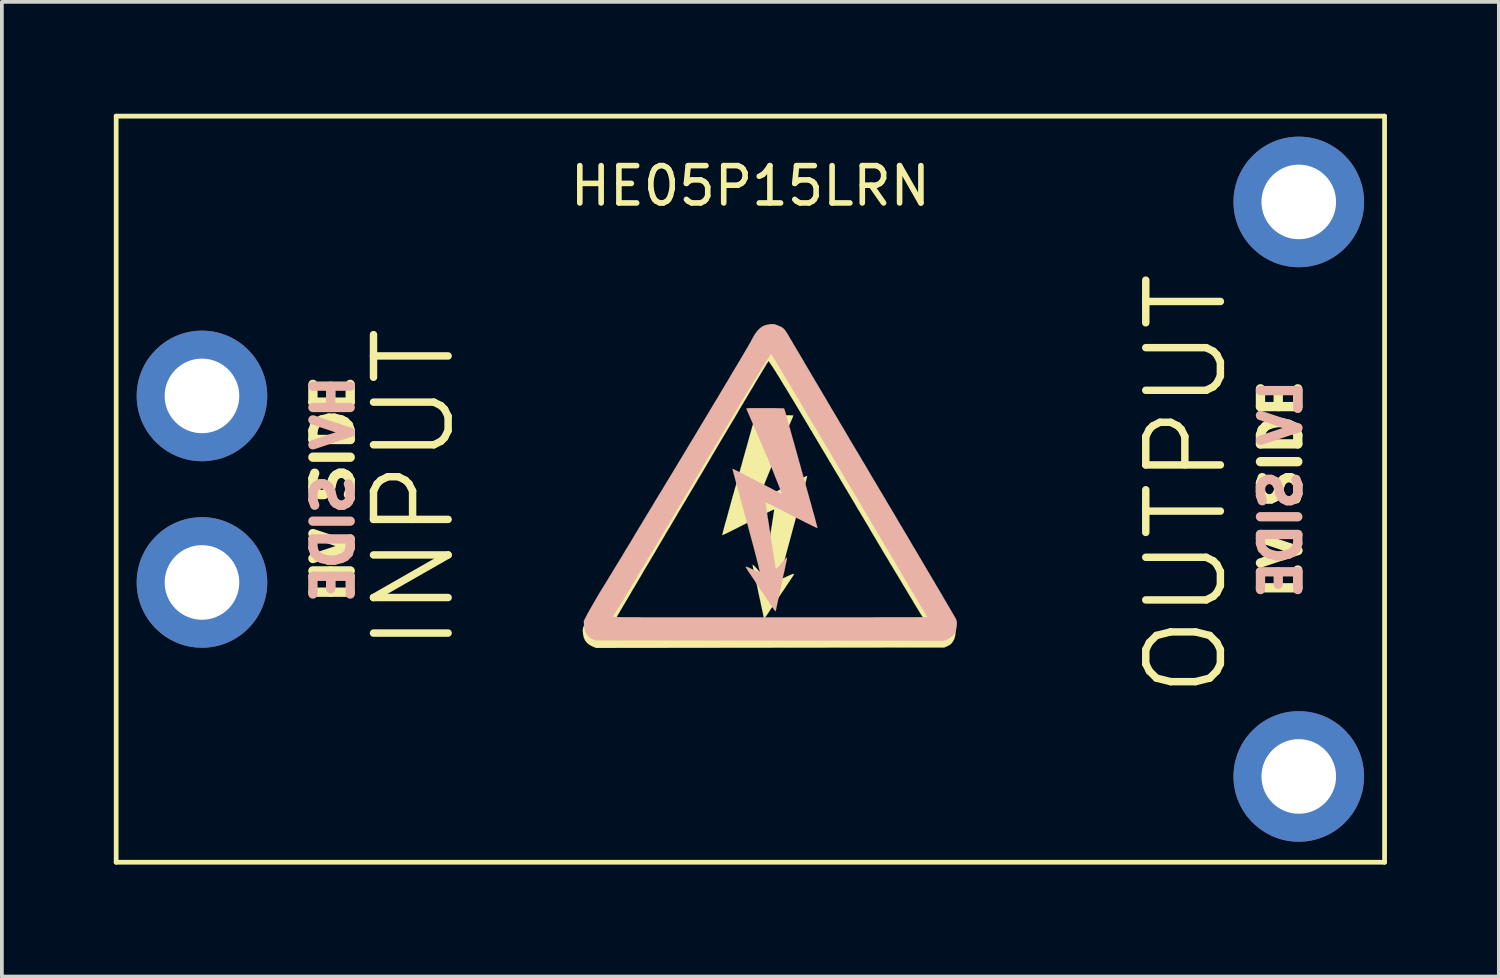
<source format=kicad_pcb>
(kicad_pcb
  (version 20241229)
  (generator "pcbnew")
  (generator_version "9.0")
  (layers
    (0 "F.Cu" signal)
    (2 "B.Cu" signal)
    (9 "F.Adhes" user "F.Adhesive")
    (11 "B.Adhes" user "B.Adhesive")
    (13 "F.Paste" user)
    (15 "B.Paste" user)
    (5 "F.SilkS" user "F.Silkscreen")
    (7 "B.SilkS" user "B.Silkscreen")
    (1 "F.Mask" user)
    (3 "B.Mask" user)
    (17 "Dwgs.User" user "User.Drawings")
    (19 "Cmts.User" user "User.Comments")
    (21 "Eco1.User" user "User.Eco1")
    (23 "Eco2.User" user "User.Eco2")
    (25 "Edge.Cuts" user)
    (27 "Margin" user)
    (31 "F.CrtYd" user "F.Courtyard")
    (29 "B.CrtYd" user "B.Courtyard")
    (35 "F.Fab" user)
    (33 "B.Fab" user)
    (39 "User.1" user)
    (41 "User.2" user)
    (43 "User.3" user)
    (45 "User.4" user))
  (footprint "HE05P15LRN"
    (layer "F.Cu")
    (at 17.064 10.063)
    (property "Reference" "HE05P15LRN" (at 0 -8.128 0) (layer "F.SilkS") (effects (font (size 1 1) (thickness 0.15))))
    (attr through_hole)
    (fp_line (start -17 -10) (end -17 10) (stroke (width 0.127) (type solid)) (layer "F.SilkS"))
    (fp_line (start -17 10) (end 17 10) (stroke (width 0.127) (type solid)) (layer "F.SilkS"))
    (fp_line (start 17 -10) (end -17 -10) (stroke (width 0.127) (type solid)) (layer "F.SilkS"))
    (fp_line (start 17 10) (end 17 -10) (stroke (width 0.127) (type solid)) (layer "F.SilkS"))
    (fp_poly (pts (xy 1.524 -0.358) (xy 1.521 -0.348) (xy 1.516 -0.323) (xy 1.506 -0.284) (xy 1.494 -0.239) (xy 1.494 -0.229) (xy 1.476 -0.17) (xy 1.458 -0.102) (xy 1.438 -0.028) (xy 1.42 0.036) (xy 1.417 0.043) (xy 1.405 0.089) (xy 1.392 0.132) (xy 1.382 0.175) (xy 1.369 0.221) (xy 1.354 0.272) (xy 1.339 0.33) (xy 1.321 0.401) (xy 1.298 0.485) (xy 1.27 0.587) (xy 1.267 0.589) (xy 1.24 0.696) (xy 1.217 0.782) (xy 1.196 0.859) (xy 1.179 0.922) (xy 1.163 0.98) (xy 1.148 1.031) (xy 1.135 1.082) (xy 1.12 1.133) (xy 1.118 1.146) (xy 1.102 1.204) (xy 1.087 1.262) (xy 1.072 1.316) (xy 1.062 1.356) (xy 1.059 1.367) (xy 1.019 1.514) (xy 0.98 1.656) (xy 0.945 1.788) (xy 0.912 1.913) (xy 0.884 2.024) (xy 0.859 2.126) (xy 0.836 2.212) (xy 0.818 2.289) (xy 0.805 2.347) (xy 0.795 2.388) (xy 0.792 2.413) (xy 0.792 2.421) (xy 0.805 2.418) (xy 0.831 2.408) (xy 0.871 2.39) (xy 0.917 2.37) (xy 0.963 2.349) (xy 1.029 2.319) (xy 1.079 2.296) (xy 1.115 2.281) (xy 1.14 2.273) (xy 1.158 2.271) (xy 1.166 2.273) (xy 1.168 2.273) (xy 1.168 2.276) (xy 1.166 2.283) (xy 1.161 2.294) (xy 1.151 2.309) (xy 1.138 2.332) (xy 1.118 2.365) (xy 1.09 2.405) (xy 1.054 2.459) (xy 1.011 2.522) (xy 0.958 2.601) (xy 0.897 2.695) (xy 0.884 2.715) (xy 0.828 2.794) (xy 0.77 2.883) (xy 0.709 2.972) (xy 0.653 3.058) (xy 0.599 3.137) (xy 0.551 3.205) (xy 0.538 3.226) (xy 0.493 3.297) (xy 0.455 3.353) (xy 0.427 3.393) (xy 0.404 3.424) (xy 0.389 3.447) (xy 0.378 3.457) (xy 0.371 3.462) (xy 0.368 3.462) (xy 0.366 3.457) (xy 0.366 3.454) (xy 0.361 3.439) (xy 0.353 3.409) (xy 0.345 3.368) (xy 0.335 3.32) (xy 0.328 3.284) (xy 0.315 3.231) (xy 0.302 3.165) (xy 0.284 3.086) (xy 0.267 3) (xy 0.246 2.908) (xy 0.226 2.814) (xy 0.218 2.779) (xy 0.198 2.682) (xy 0.178 2.586) (xy 0.157 2.492) (xy 0.137 2.403) (xy 0.119 2.324) (xy 0.107 2.258) (xy 0.094 2.205) (xy 0.091 2.195) (xy 0.081 2.139) (xy 0.071 2.093) (xy 0.064 2.055) (xy 0.061 2.032) (xy 0.061 2.027) (xy 0.069 2.027) (xy 0.079 2.035) (xy 0.099 2.052) (xy 0.127 2.083) (xy 0.165 2.123) (xy 0.211 2.177) (xy 0.262 2.235) (xy 0.3 2.276) (xy 0.328 2.306) (xy 0.345 2.324) (xy 0.358 2.332) (xy 0.363 2.332) (xy 0.366 2.322) (xy 0.371 2.294) (xy 0.376 2.253) (xy 0.386 2.2) (xy 0.394 2.141) (xy 0.396 2.123) (xy 0.409 2.047) (xy 0.422 1.963) (xy 0.434 1.882) (xy 0.447 1.808) (xy 0.455 1.758) (xy 0.465 1.692) (xy 0.478 1.613) (xy 0.49 1.529) (xy 0.503 1.45) (xy 0.508 1.407) (xy 0.518 1.328) (xy 0.533 1.24) (xy 0.546 1.148) (xy 0.561 1.062) (xy 0.566 1.026) (xy 0.579 0.953) (xy 0.589 0.876) (xy 0.602 0.8) (xy 0.612 0.734) (xy 0.617 0.696) (xy 0.625 0.645) (xy 0.632 0.602) (xy 0.638 0.569) (xy 0.64 0.554) (xy 0.64 0.551) (xy 0.64 0.546) (xy 0.632 0.544) (xy 0.62 0.549) (xy 0.594 0.559) (xy 0.561 0.574) (xy 0.513 0.597) (xy 0.455 0.627) (xy 0.378 0.665) (xy 0.335 0.688) (xy 0.15 0.782) (xy -0.018 0.869) (xy -0.168 0.945) (xy -0.302 1.013) (xy -0.417 1.072) (xy -0.516 1.12) (xy -0.597 1.161) (xy -0.66 1.191) (xy -0.709 1.214) (xy -0.739 1.227) (xy -0.752 1.232) (xy -0.752 1.229) (xy -0.752 1.217) (xy -0.744 1.186) (xy -0.732 1.138) (xy -0.716 1.079) (xy -0.699 1.011) (xy -0.678 0.935) (xy -0.655 0.853) (xy -0.63 0.767) (xy -0.612 0.701) (xy -0.594 0.635) (xy -0.577 0.569) (xy -0.559 0.511) (xy -0.546 0.46) (xy -0.538 0.429) (xy -0.526 0.386) (xy -0.511 0.33) (xy -0.493 0.269) (xy -0.478 0.213) (xy -0.46 0.15) (xy -0.439 0.079) (xy -0.422 0.01) (xy -0.409 -0.033) (xy -0.394 -0.084) (xy -0.376 -0.147) (xy -0.356 -0.218) (xy -0.335 -0.292) (xy -0.323 -0.34) (xy -0.305 -0.404) (xy -0.287 -0.47) (xy -0.269 -0.528) (xy -0.257 -0.579) (xy -0.246 -0.61) (xy -0.239 -0.638) (xy -0.226 -0.683) (xy -0.211 -0.742) (xy -0.191 -0.813) (xy -0.168 -0.892) (xy -0.145 -0.978) (xy -0.119 -1.069) (xy -0.107 -1.11) (xy -0.079 -1.209) (xy -0.051 -1.311) (xy -0.023 -1.412) (xy 0.005 -1.509) (xy 0.03 -1.598) (xy 0.051 -1.676) (xy 0.069 -1.737) (xy 0.071 -1.748) (xy 0.089 -1.811) (xy 0.104 -1.867) (xy 0.119 -1.915) (xy 0.132 -1.951) (xy 0.14 -1.971) (xy 0.142 -1.974) (xy 0.155 -1.976) (xy 0.183 -1.976) (xy 0.229 -1.979) (xy 0.287 -1.979) (xy 0.356 -1.981) (xy 0.432 -1.981) (xy 0.511 -1.981) (xy 0.597 -1.981) (xy 0.683 -1.981) (xy 0.772 -1.981) (xy 0.853 -1.981) (xy 0.932 -1.981) (xy 1.001 -1.981) (xy 1.059 -1.981) (xy 1.105 -1.979) (xy 1.135 -1.979) (xy 1.151 -1.976) (xy 1.148 -1.966) (xy 1.14 -1.941) (xy 1.125 -1.905) (xy 1.11 -1.869) (xy 1.011 -1.641) (xy 0.912 -1.417) (xy 0.82 -1.204) (xy 0.732 -0.996) (xy 0.648 -0.8) (xy 0.569 -0.617) (xy 0.5 -0.445) (xy 0.434 -0.287) (xy 0.378 -0.145) (xy 0.328 -0.018) (xy 0.315 0.013) (xy 0.29 0.076) (xy 0.267 0.137) (xy 0.246 0.188) (xy 0.231 0.231) (xy 0.218 0.259) (xy 0.218 0.264) (xy 0.208 0.292) (xy 0.201 0.31) (xy 0.201 0.315) (xy 0.211 0.312) (xy 0.236 0.3) (xy 0.279 0.279) (xy 0.335 0.251) (xy 0.404 0.216) (xy 0.485 0.173) (xy 0.577 0.124) (xy 0.678 0.071) (xy 0.79 0.015) (xy 0.909 -0.046) (xy 0.932 -0.058) (xy 1.026 -0.107) (xy 1.118 -0.155) (xy 1.204 -0.198) (xy 1.283 -0.239) (xy 1.351 -0.274) (xy 1.412 -0.305) (xy 1.463 -0.33) (xy 1.499 -0.348) (xy 1.519 -0.356) (xy 1.524 -0.358)) (stroke (width 0.003) (type solid)) (fill yes) (layer "F.SilkS"))
    (fp_poly (pts (xy 5.507 3.721) (xy 5.504 3.82) (xy 5.491 3.919) (xy 5.469 4.008) (xy 5.428 4.084) (xy 5.405 4.115) (xy 5.382 4.143) (xy 5.354 4.166) (xy 5.321 4.186) (xy 5.283 4.206) (xy 5.199 4.244) (xy 4.729 4.244) (xy 4.729 3.609) (xy 4.722 3.594) (xy 4.707 3.569) (xy 4.684 3.531) (xy 4.656 3.485) (xy 4.638 3.459) (xy 4.62 3.432) (xy 4.608 3.409) (xy 4.592 3.386) (xy 4.58 3.365) (xy 4.564 3.343) (xy 4.549 3.32) (xy 4.534 3.292) (xy 4.514 3.259) (xy 4.488 3.218) (xy 4.46 3.172) (xy 4.427 3.117) (xy 4.387 3.051) (xy 4.341 2.972) (xy 4.285 2.88) (xy 4.221 2.774) (xy 4.155 2.662) (xy 4.097 2.568) (xy 4.044 2.477) (xy 3.993 2.393) (xy 3.947 2.316) (xy 3.907 2.248) (xy 3.871 2.192) (xy 3.846 2.149) (xy 3.828 2.118) (xy 3.818 2.103) (xy 3.807 2.083) (xy 3.787 2.05) (xy 3.759 2.007) (xy 3.729 1.953) (xy 3.696 1.897) (xy 3.678 1.867) (xy 3.635 1.796) (xy 3.586 1.717) (xy 3.538 1.636) (xy 3.495 1.56) (xy 3.454 1.494) (xy 3.454 1.491) (xy 3.416 1.43) (xy 3.378 1.364) (xy 3.343 1.303) (xy 3.31 1.25) (xy 3.287 1.212) (xy 3.261 1.168) (xy 3.228 1.115) (xy 3.193 1.052) (xy 3.155 0.986) (xy 3.117 0.922) (xy 3.114 0.919) (xy 3.073 0.851) (xy 3.028 0.772) (xy 2.977 0.688) (xy 2.929 0.607) (xy 2.885 0.536) (xy 2.845 0.467) (xy 2.799 0.386) (xy 2.748 0.302) (xy 2.697 0.216) (xy 2.649 0.135) (xy 2.626 0.099) (xy 2.583 0.023) (xy 2.532 -0.058) (xy 2.482 -0.145) (xy 2.433 -0.226) (xy 2.39 -0.3) (xy 2.372 -0.33) (xy 2.337 -0.389) (xy 2.304 -0.442) (xy 2.276 -0.49) (xy 2.253 -0.528) (xy 2.238 -0.554) (xy 2.235 -0.559) (xy 2.223 -0.579) (xy 2.202 -0.615) (xy 2.177 -0.658) (xy 2.146 -0.709) (xy 2.123 -0.744) (xy 2.093 -0.798) (xy 2.065 -0.846) (xy 2.04 -0.886) (xy 2.022 -0.917) (xy 2.014 -0.93) (xy 2.004 -0.95) (xy 1.984 -0.983) (xy 1.956 -1.026) (xy 1.925 -1.079) (xy 1.892 -1.135) (xy 1.877 -1.161) (xy 1.834 -1.232) (xy 1.786 -1.313) (xy 1.735 -1.4) (xy 1.684 -1.483) (xy 1.641 -1.56) (xy 1.638 -1.562) (xy 1.6 -1.623) (xy 1.567 -1.681) (xy 1.534 -1.735) (xy 1.509 -1.781) (xy 1.488 -1.811) (xy 1.483 -1.821) (xy 1.466 -1.852) (xy 1.438 -1.897) (xy 1.402 -1.956) (xy 1.361 -2.027) (xy 1.313 -2.106) (xy 1.26 -2.195) (xy 1.204 -2.289) (xy 1.146 -2.385) (xy 1.085 -2.484) (xy 1.026 -2.583) (xy 0.968 -2.68) (xy 0.909 -2.774) (xy 0.856 -2.86) (xy 0.808 -2.941) (xy 0.765 -3.012) (xy 0.726 -3.073) (xy 0.721 -3.078) (xy 0.683 -3.145) (xy 0.643 -3.205) (xy 0.605 -3.266) (xy 0.569 -3.32) (xy 0.536 -3.365) (xy 0.513 -3.401) (xy 0.498 -3.426) (xy 0.488 -3.434) (xy 0.483 -3.426) (xy 0.465 -3.401) (xy 0.439 -3.363) (xy 0.406 -3.307) (xy 0.366 -3.241) (xy 0.318 -3.162) (xy 0.264 -3.071) (xy 0.203 -2.972) (xy 0.137 -2.863) (xy 0.069 -2.743) (xy -0.008 -2.619) (xy -0.084 -2.489) (xy -0.165 -2.355) (xy -0.206 -2.283) (xy -0.221 -2.261) (xy -0.244 -2.223) (xy -0.272 -2.174) (xy -0.307 -2.116) (xy -0.343 -2.052) (xy -0.381 -1.986) (xy -0.551 -1.702) (xy -0.714 -1.43) (xy -0.869 -1.168) (xy -1.019 -0.914) (xy -1.163 -0.668) (xy -1.308 -0.422) (xy -1.349 -0.353) (xy -1.387 -0.292) (xy -1.422 -0.231) (xy -1.455 -0.175) (xy -1.483 -0.13) (xy -1.504 -0.094) (xy -1.509 -0.084) (xy -1.527 -0.056) (xy -1.552 -0.013) (xy -1.582 0.038) (xy -1.618 0.097) (xy -1.656 0.163) (xy -1.684 0.208) (xy -1.722 0.274) (xy -1.76 0.338) (xy -1.796 0.396) (xy -1.826 0.447) (xy -1.849 0.485) (xy -1.859 0.505) (xy -1.882 0.541) (xy -1.91 0.587) (xy -1.941 0.64) (xy -1.971 0.693) (xy -1.976 0.701) (xy -2.024 0.782) (xy -2.073 0.866) (xy -2.121 0.947) (xy -2.167 1.026) (xy -2.21 1.095) (xy -2.243 1.151) (xy -2.256 1.171) (xy -2.281 1.214) (xy -2.306 1.26) (xy -2.329 1.298) (xy -2.332 1.3) (xy -2.344 1.326) (xy -2.37 1.367) (xy -2.403 1.422) (xy -2.446 1.496) (xy -2.497 1.582) (xy -2.555 1.684) (xy -2.624 1.798) (xy -2.697 1.923) (xy -2.781 2.062) (xy -2.87 2.212) (xy -2.873 2.217) (xy -2.918 2.296) (xy -2.967 2.38) (xy -3.018 2.466) (xy -3.066 2.548) (xy -3.109 2.621) (xy -3.137 2.664) (xy -3.175 2.728) (xy -3.213 2.797) (xy -3.251 2.86) (xy -3.284 2.918) (xy -3.312 2.964) (xy -3.317 2.969) (xy -3.345 3.018) (xy -3.373 3.066) (xy -3.396 3.106) (xy -3.414 3.134) (xy -3.454 3.205) (xy -3.495 3.274) (xy -3.536 3.343) (xy -3.574 3.409) (xy -3.609 3.467) (xy -3.64 3.518) (xy -3.663 3.559) (xy -3.68 3.586) (xy -3.688 3.599) (xy -3.691 3.599) (xy -3.698 3.614) (xy -3.698 3.617) (xy -3.688 3.617) (xy -3.66 3.619) (xy -3.612 3.619) (xy -3.546 3.619) (xy -3.462 3.619) (xy -3.36 3.622) (xy -3.246 3.622) (xy -3.114 3.622) (xy -2.967 3.622) (xy -2.807 3.622) (xy -2.631 3.622) (xy -2.443 3.622) (xy -2.245 3.625) (xy -2.035 3.625) (xy -1.811 3.625) (xy -1.58 3.625) (xy -1.339 3.625) (xy -1.087 3.625) (xy -0.828 3.625) (xy -0.564 3.625) (xy -0.29 3.625) (xy -0.01 3.625) (xy 0.277 3.625) (xy 0.518 3.625) (xy 0.866 3.625) (xy 1.194 3.625) (xy 1.501 3.625) (xy 1.791 3.625) (xy 2.065 3.625) (xy 2.319 3.625) (xy 2.558 3.625) (xy 2.781 3.625) (xy 2.99 3.625) (xy 3.18 3.625) (xy 3.358 3.625) (xy 3.52 3.625) (xy 3.673 3.625) (xy 3.81 3.625) (xy 3.934 3.625) (xy 4.049 3.622) (xy 4.15 3.622) (xy 4.242 3.622) (xy 4.323 3.622) (xy 4.397 3.622) (xy 4.46 3.622) (xy 4.516 3.619) (xy 4.562 3.619) (xy 4.602 3.619) (xy 4.636 3.617) (xy 4.663 3.617) (xy 4.686 3.617) (xy 4.702 3.614) (xy 4.714 3.614) (xy 4.722 3.612) (xy 4.727 3.612) (xy 4.729 3.609) (xy 4.729 4.244) (xy 0.531 4.249) (xy -4.135 4.255) (xy -4.224 4.219) (xy -4.308 4.176) (xy -4.376 4.122) (xy -4.427 4.059) (xy -4.463 3.983) (xy -4.483 3.894) (xy -4.491 3.8) (xy -4.491 3.772) (xy -4.488 3.749) (xy -4.486 3.729) (xy -4.481 3.706) (xy -4.47 3.68) (xy -4.455 3.65) (xy -4.432 3.609) (xy -4.404 3.559) (xy -4.366 3.495) (xy -4.346 3.459) (xy -4.313 3.404) (xy -4.28 3.348) (xy -4.252 3.299) (xy -4.229 3.261) (xy -4.214 3.236) (xy -4.196 3.203) (xy -4.168 3.157) (xy -4.135 3.101) (xy -4.1 3.038) (xy -4.059 2.969) (xy -4.018 2.901) (xy -3.98 2.835) (xy -3.973 2.824) (xy -3.95 2.786) (xy -3.922 2.738) (xy -3.889 2.682) (xy -3.853 2.621) (xy -3.818 2.563) (xy -3.777 2.494) (xy -3.731 2.416) (xy -3.683 2.334) (xy -3.637 2.256) (xy -3.609 2.207) (xy -3.571 2.144) (xy -3.531 2.075) (xy -3.49 2.007) (xy -3.454 1.946) (xy -3.429 1.902) (xy -3.399 1.852) (xy -3.363 1.791) (xy -3.322 1.725) (xy -3.282 1.656) (xy -3.246 1.593) (xy -3.208 1.529) (xy -3.17 1.463) (xy -3.132 1.4) (xy -3.099 1.346) (xy -3.073 1.303) (xy -3.073 1.3) (xy -3.058 1.278) (xy -3.043 1.25) (xy -3.023 1.217) (xy -3.002 1.181) (xy -2.974 1.138) (xy -2.944 1.085) (xy -2.908 1.024) (xy -2.868 0.955) (xy -2.819 0.871) (xy -2.764 0.777) (xy -2.7 0.671) (xy -2.626 0.549) (xy -2.545 0.409) (xy -2.54 0.404) (xy -2.497 0.328) (xy -2.451 0.254) (xy -2.408 0.18) (xy -2.37 0.117) (xy -2.337 0.061) (xy -2.311 0.018) (xy -2.301 0) (xy -2.281 -0.033) (xy -2.253 -0.079) (xy -2.217 -0.14) (xy -2.177 -0.208) (xy -2.134 -0.282) (xy -2.088 -0.361) (xy -2.047 -0.429) (xy -1.963 -0.569) (xy -1.885 -0.704) (xy -1.808 -0.831) (xy -1.737 -0.95) (xy -1.671 -1.059) (xy -1.613 -1.158) (xy -1.562 -1.245) (xy -1.521 -1.313) (xy -1.499 -1.351) (xy -1.481 -1.384) (xy -1.453 -1.433) (xy -1.417 -1.491) (xy -1.374 -1.562) (xy -1.328 -1.641) (xy -1.28 -1.725) (xy -1.229 -1.811) (xy -1.191 -1.872) (xy -1.138 -1.961) (xy -1.085 -2.052) (xy -1.031 -2.141) (xy -0.983 -2.225) (xy -0.937 -2.304) (xy -0.897 -2.37) (xy -0.866 -2.423) (xy -0.851 -2.449) (xy -0.813 -2.512) (xy -0.772 -2.583) (xy -0.732 -2.652) (xy -0.693 -2.713) (xy -0.673 -2.748) (xy -0.643 -2.802) (xy -0.605 -2.865) (xy -0.564 -2.934) (xy -0.523 -3.005) (xy -0.493 -3.053) (xy -0.419 -3.178) (xy -0.356 -3.289) (xy -0.297 -3.388) (xy -0.246 -3.475) (xy -0.203 -3.546) (xy -0.17 -3.602) (xy -0.147 -3.642) (xy -0.132 -3.665) (xy -0.117 -3.691) (xy -0.094 -3.729) (xy -0.069 -3.774) (xy -0.038 -3.825) (xy -0.03 -3.835) (xy 0.015 -3.917) (xy 0.053 -3.98) (xy 0.086 -4.031) (xy 0.114 -4.072) (xy 0.142 -4.102) (xy 0.168 -4.128) (xy 0.196 -4.148) (xy 0.226 -4.166) (xy 0.264 -4.181) (xy 0.307 -4.199) (xy 0.315 -4.201) (xy 0.358 -4.219) (xy 0.389 -4.229) (xy 0.419 -4.234) (xy 0.45 -4.234) (xy 0.495 -4.234) (xy 0.579 -4.221) (xy 0.658 -4.201) (xy 0.732 -4.166) (xy 0.798 -4.115) (xy 0.861 -4.049) (xy 0.922 -3.967) (xy 0.98 -3.866) (xy 1.013 -3.805) (xy 1.026 -3.78) (xy 1.049 -3.739) (xy 1.079 -3.686) (xy 1.115 -3.622) (xy 1.158 -3.551) (xy 1.204 -3.472) (xy 1.252 -3.391) (xy 1.3 -3.307) (xy 1.351 -3.223) (xy 1.4 -3.142) (xy 1.443 -3.068) (xy 1.46 -3.043) (xy 1.483 -3) (xy 1.516 -2.949) (xy 1.552 -2.888) (xy 1.59 -2.822) (xy 1.631 -2.753) (xy 1.633 -2.748) (xy 1.687 -2.662) (xy 1.748 -2.558) (xy 1.819 -2.438) (xy 1.897 -2.306) (xy 1.986 -2.159) (xy 2.083 -1.999) (xy 2.184 -1.829) (xy 2.294 -1.646) (xy 2.41 -1.453) (xy 2.532 -1.25) (xy 2.659 -1.041) (xy 2.789 -0.823) (xy 2.926 -0.597) (xy 3.063 -0.368) (xy 3.205 -0.132) (xy 3.35 0.104) (xy 3.386 0.165) (xy 3.449 0.269) (xy 3.518 0.381) (xy 3.592 0.503) (xy 3.665 0.627) (xy 3.741 0.752) (xy 3.818 0.876) (xy 3.891 0.998) (xy 3.96 1.115) (xy 4.026 1.222) (xy 4.084 1.318) (xy 4.135 1.402) (xy 4.163 1.453) (xy 4.249 1.595) (xy 4.326 1.722) (xy 4.397 1.836) (xy 4.46 1.943) (xy 4.519 2.042) (xy 4.577 2.136) (xy 4.633 2.228) (xy 4.689 2.319) (xy 4.747 2.416) (xy 4.801 2.504) (xy 4.902 2.67) (xy 4.994 2.819) (xy 5.077 2.954) (xy 5.151 3.078) (xy 5.215 3.188) (xy 5.273 3.289) (xy 5.326 3.381) (xy 5.372 3.462) (xy 5.413 3.538) (xy 5.446 3.599) (xy 5.507 3.721)) (stroke (width 0.003) (type solid)) (fill yes) (layer "F.SilkS"))
    (fp_poly (pts (xy -0.48 -0.549) (xy -0.478 -0.538) (xy -0.472 -0.513) (xy -0.462 -0.475) (xy -0.45 -0.429) (xy -0.45 -0.419) (xy -0.432 -0.361) (xy -0.414 -0.292) (xy -0.394 -0.218) (xy -0.376 -0.155) (xy -0.373 -0.147) (xy -0.361 -0.102) (xy -0.348 -0.058) (xy -0.338 -0.015) (xy -0.325 0.03) (xy -0.31 0.081) (xy -0.295 0.14) (xy -0.277 0.211) (xy -0.254 0.295) (xy -0.226 0.396) (xy -0.224 0.399) (xy -0.196 0.505) (xy -0.173 0.592) (xy -0.152 0.668) (xy -0.135 0.732) (xy -0.119 0.79) (xy -0.104 0.841) (xy -0.091 0.892) (xy -0.076 0.942) (xy -0.074 0.955) (xy -0.058 1.013) (xy -0.043 1.072) (xy -0.028 1.125) (xy -0.018 1.166) (xy -0.015 1.176) (xy 0.025 1.323) (xy 0.064 1.466) (xy 0.099 1.598) (xy 0.132 1.722) (xy 0.16 1.834) (xy 0.185 1.935) (xy 0.208 2.022) (xy 0.226 2.098) (xy 0.239 2.156) (xy 0.249 2.197) (xy 0.251 2.223) (xy 0.251 2.23) (xy 0.239 2.228) (xy 0.213 2.217) (xy 0.173 2.2) (xy 0.127 2.179) (xy 0.081 2.159) (xy 0.015 2.129) (xy -0.036 2.106) (xy -0.071 2.09) (xy -0.097 2.083) (xy -0.114 2.08) (xy -0.122 2.083) (xy -0.124 2.083) (xy -0.124 2.085) (xy -0.122 2.093) (xy -0.117 2.103) (xy -0.107 2.118) (xy -0.094 2.141) (xy -0.074 2.174) (xy -0.046 2.215) (xy -0.01 2.268) (xy 0.033 2.332) (xy 0.086 2.41) (xy 0.147 2.504) (xy 0.16 2.525) (xy 0.216 2.603) (xy 0.274 2.692) (xy 0.335 2.781) (xy 0.391 2.868) (xy 0.445 2.946) (xy 0.493 3.015) (xy 0.505 3.035) (xy 0.551 3.106) (xy 0.589 3.162) (xy 0.617 3.203) (xy 0.64 3.233) (xy 0.655 3.256) (xy 0.665 3.266) (xy 0.673 3.272) (xy 0.676 3.272) (xy 0.678 3.266) (xy 0.678 3.264) (xy 0.683 3.249) (xy 0.691 3.218) (xy 0.699 3.178) (xy 0.709 3.129) (xy 0.716 3.094) (xy 0.729 3.04) (xy 0.742 2.974) (xy 0.759 2.896) (xy 0.777 2.809) (xy 0.798 2.718) (xy 0.818 2.624) (xy 0.826 2.588) (xy 0.846 2.492) (xy 0.866 2.395) (xy 0.886 2.301) (xy 0.907 2.212) (xy 0.925 2.134) (xy 0.937 2.068) (xy 0.95 2.014) (xy 0.953 2.004) (xy 0.963 1.948) (xy 0.973 1.902) (xy 0.98 1.864) (xy 0.983 1.841) (xy 0.983 1.836) (xy 0.975 1.836) (xy 0.965 1.844) (xy 0.945 1.862) (xy 0.917 1.892) (xy 0.879 1.933) (xy 0.833 1.986) (xy 0.782 2.045) (xy 0.744 2.085) (xy 0.716 2.116) (xy 0.699 2.134) (xy 0.686 2.141) (xy 0.681 2.141) (xy 0.678 2.131) (xy 0.673 2.103) (xy 0.668 2.062) (xy 0.658 2.009) (xy 0.65 1.951) (xy 0.648 1.933) (xy 0.635 1.857) (xy 0.622 1.773) (xy 0.61 1.692) (xy 0.597 1.618) (xy 0.589 1.567) (xy 0.579 1.501) (xy 0.566 1.422) (xy 0.554 1.339) (xy 0.541 1.26) (xy 0.536 1.217) (xy 0.526 1.138) (xy 0.511 1.049) (xy 0.498 0.958) (xy 0.483 0.871) (xy 0.478 0.836) (xy 0.465 0.762) (xy 0.455 0.686) (xy 0.442 0.61) (xy 0.432 0.544) (xy 0.427 0.505) (xy 0.419 0.455) (xy 0.411 0.411) (xy 0.406 0.378) (xy 0.404 0.363) (xy 0.404 0.361) (xy 0.404 0.356) (xy 0.411 0.353) (xy 0.424 0.358) (xy 0.45 0.368) (xy 0.483 0.384) (xy 0.531 0.406) (xy 0.589 0.437) (xy 0.665 0.475) (xy 0.709 0.498) (xy 0.894 0.592) (xy 1.062 0.678) (xy 1.212 0.754) (xy 1.346 0.823) (xy 1.46 0.881) (xy 1.56 0.93) (xy 1.641 0.97) (xy 1.704 1.001) (xy 1.753 1.024) (xy 1.783 1.036) (xy 1.796 1.041) (xy 1.796 1.039) (xy 1.796 1.026) (xy 1.788 0.996) (xy 1.775 0.947) (xy 1.76 0.889) (xy 1.742 0.82) (xy 1.722 0.744) (xy 1.699 0.663) (xy 1.674 0.577) (xy 1.656 0.511) (xy 1.638 0.445) (xy 1.621 0.378) (xy 1.603 0.32) (xy 1.59 0.269) (xy 1.582 0.239) (xy 1.57 0.196) (xy 1.554 0.14) (xy 1.537 0.079) (xy 1.521 0.023) (xy 1.504 -0.041) (xy 1.483 -0.112) (xy 1.466 -0.18) (xy 1.453 -0.224) (xy 1.438 -0.274) (xy 1.42 -0.338) (xy 1.4 -0.409) (xy 1.379 -0.483) (xy 1.367 -0.531) (xy 1.349 -0.594) (xy 1.331 -0.66) (xy 1.313 -0.719) (xy 1.3 -0.77) (xy 1.29 -0.8) (xy 1.283 -0.828) (xy 1.27 -0.874) (xy 1.255 -0.932) (xy 1.234 -1.003) (xy 1.212 -1.082) (xy 1.189 -1.168) (xy 1.163 -1.26) (xy 1.151 -1.3) (xy 1.123 -1.4) (xy 1.095 -1.501) (xy 1.067 -1.603) (xy 1.039 -1.699) (xy 1.013 -1.788) (xy 0.993 -1.867) (xy 0.975 -1.928) (xy 0.973 -1.938) (xy 0.955 -2.002) (xy 0.94 -2.057) (xy 0.925 -2.106) (xy 0.912 -2.141) (xy 0.904 -2.162) (xy 0.902 -2.164) (xy 0.889 -2.167) (xy 0.861 -2.167) (xy 0.815 -2.169) (xy 0.757 -2.169) (xy 0.688 -2.172) (xy 0.612 -2.172) (xy 0.533 -2.172) (xy 0.447 -2.172) (xy 0.361 -2.172) (xy 0.272 -2.172) (xy 0.191 -2.172) (xy 0.112 -2.172) (xy 0.043 -2.172) (xy -0.015 -2.172) (xy -0.061 -2.169) (xy -0.091 -2.169) (xy -0.107 -2.167) (xy -0.104 -2.156) (xy -0.097 -2.131) (xy -0.081 -2.095) (xy -0.066 -2.06) (xy 0.033 -1.831) (xy 0.132 -1.608) (xy 0.224 -1.394) (xy 0.312 -1.186) (xy 0.396 -0.991) (xy 0.475 -0.808) (xy 0.544 -0.635) (xy 0.61 -0.478) (xy 0.665 -0.335) (xy 0.716 -0.208) (xy 0.729 -0.178) (xy 0.754 -0.114) (xy 0.777 -0.053) (xy 0.798 -0.003) (xy 0.813 0.041) (xy 0.826 0.069) (xy 0.826 0.074) (xy 0.836 0.102) (xy 0.843 0.119) (xy 0.843 0.124) (xy 0.833 0.122) (xy 0.808 0.109) (xy 0.765 0.089) (xy 0.709 0.061) (xy 0.64 0.025) (xy 0.559 -0.018) (xy 0.467 -0.066) (xy 0.366 -0.119) (xy 0.254 -0.175) (xy 0.135 -0.236) (xy 0.112 -0.249) (xy 0.018 -0.297) (xy -0.074 -0.345) (xy -0.16 -0.389) (xy -0.239 -0.429) (xy -0.307 -0.465) (xy -0.368 -0.495) (xy -0.419 -0.521) (xy -0.455 -0.538) (xy -0.475 -0.546) (xy -0.48 -0.549)) (stroke (width 0.003) (type solid)) (fill yes) (layer "B.SilkS"))
    (fp_poly (pts (xy -4.463 3.531) (xy -4.46 3.63) (xy -4.448 3.729) (xy -4.425 3.818) (xy -4.384 3.894) (xy -4.361 3.924) (xy -4.338 3.952) (xy -4.31 3.975) (xy -4.277 3.995) (xy -4.239 4.016) (xy -4.155 4.054) (xy -3.686 4.054) (xy -3.686 3.419) (xy -3.678 3.404) (xy -3.663 3.378) (xy -3.64 3.34) (xy -3.612 3.294) (xy -3.594 3.269) (xy -3.576 3.241) (xy -3.564 3.218) (xy -3.548 3.195) (xy -3.536 3.175) (xy -3.52 3.152) (xy -3.505 3.129) (xy -3.49 3.101) (xy -3.47 3.068) (xy -3.444 3.028) (xy -3.416 2.982) (xy -3.383 2.926) (xy -3.343 2.86) (xy -3.297 2.781) (xy -3.241 2.69) (xy -3.178 2.583) (xy -3.111 2.471) (xy -3.053 2.377) (xy -3 2.286) (xy -2.949 2.202) (xy -2.903 2.126) (xy -2.863 2.057) (xy -2.827 2.002) (xy -2.802 1.958) (xy -2.784 1.928) (xy -2.774 1.913) (xy -2.764 1.892) (xy -2.743 1.859) (xy -2.715 1.816) (xy -2.685 1.763) (xy -2.652 1.707) (xy -2.634 1.676) (xy -2.591 1.605) (xy -2.543 1.527) (xy -2.494 1.445) (xy -2.451 1.369) (xy -2.41 1.303) (xy -2.41 1.3) (xy -2.372 1.24) (xy -2.334 1.173) (xy -2.299 1.113) (xy -2.266 1.059) (xy -2.243 1.021) (xy -2.217 0.978) (xy -2.184 0.925) (xy -2.149 0.861) (xy -2.111 0.795) (xy -2.073 0.732) (xy -2.07 0.729) (xy -2.029 0.66) (xy -1.984 0.582) (xy -1.933 0.498) (xy -1.885 0.417) (xy -1.841 0.345) (xy -1.801 0.277) (xy -1.755 0.196) (xy -1.704 0.112) (xy -1.654 0.025) (xy -1.605 -0.056) (xy -1.582 -0.091) (xy -1.539 -0.168) (xy -1.488 -0.249) (xy -1.438 -0.335) (xy -1.389 -0.417) (xy -1.346 -0.49) (xy -1.328 -0.521) (xy -1.293 -0.579) (xy -1.26 -0.632) (xy -1.232 -0.681) (xy -1.209 -0.719) (xy -1.194 -0.744) (xy -1.191 -0.749) (xy -1.179 -0.77) (xy -1.158 -0.805) (xy -1.133 -0.848) (xy -1.102 -0.899) (xy -1.079 -0.935) (xy -1.049 -0.988) (xy -1.021 -1.036) (xy -0.996 -1.077) (xy -0.978 -1.107) (xy -0.97 -1.12) (xy -0.96 -1.14) (xy -0.94 -1.173) (xy -0.912 -1.217) (xy -0.881 -1.27) (xy -0.848 -1.326) (xy -0.833 -1.351) (xy -0.79 -1.422) (xy -0.742 -1.504) (xy -0.691 -1.59) (xy -0.64 -1.674) (xy -0.597 -1.75) (xy -0.594 -1.753) (xy -0.556 -1.814) (xy -0.523 -1.872) (xy -0.49 -1.925) (xy -0.465 -1.971) (xy -0.445 -2.002) (xy -0.439 -2.012) (xy -0.422 -2.042) (xy -0.394 -2.088) (xy -0.358 -2.146) (xy -0.318 -2.217) (xy -0.269 -2.296) (xy -0.216 -2.385) (xy -0.16 -2.479) (xy -0.102 -2.576) (xy -0.041 -2.675) (xy 0.018 -2.774) (xy 0.076 -2.87) (xy 0.135 -2.964) (xy 0.188 -3.051) (xy 0.236 -3.132) (xy 0.279 -3.203) (xy 0.318 -3.264) (xy 0.323 -3.269) (xy 0.361 -3.335) (xy 0.401 -3.396) (xy 0.439 -3.457) (xy 0.475 -3.51) (xy 0.508 -3.556) (xy 0.531 -3.592) (xy 0.546 -3.617) (xy 0.556 -3.625) (xy 0.561 -3.617) (xy 0.579 -3.592) (xy 0.605 -3.553) (xy 0.638 -3.498) (xy 0.678 -3.432) (xy 0.726 -3.353) (xy 0.78 -3.261) (xy 0.841 -3.162) (xy 0.907 -3.053) (xy 0.975 -2.934) (xy 1.052 -2.809) (xy 1.128 -2.68) (xy 1.209 -2.545) (xy 1.25 -2.474) (xy 1.265 -2.451) (xy 1.288 -2.413) (xy 1.316 -2.365) (xy 1.351 -2.306) (xy 1.387 -2.243) (xy 1.425 -2.177) (xy 1.595 -1.892) (xy 1.758 -1.621) (xy 1.913 -1.359) (xy 2.062 -1.105) (xy 2.207 -0.859) (xy 2.352 -0.612) (xy 2.393 -0.544) (xy 2.431 -0.483) (xy 2.466 -0.422) (xy 2.499 -0.366) (xy 2.527 -0.32) (xy 2.548 -0.284) (xy 2.553 -0.274) (xy 2.57 -0.246) (xy 2.596 -0.203) (xy 2.626 -0.152) (xy 2.662 -0.094) (xy 2.7 -0.028) (xy 2.728 0.018) (xy 2.766 0.084) (xy 2.804 0.147) (xy 2.84 0.206) (xy 2.87 0.257) (xy 2.893 0.295) (xy 2.903 0.315) (xy 2.926 0.351) (xy 2.954 0.396) (xy 2.985 0.45) (xy 3.015 0.503) (xy 3.02 0.511) (xy 3.068 0.592) (xy 3.117 0.676) (xy 3.165 0.757) (xy 3.211 0.836) (xy 3.254 0.904) (xy 3.287 0.96) (xy 3.299 0.98) (xy 3.325 1.024) (xy 3.35 1.069) (xy 3.373 1.107) (xy 3.376 1.11) (xy 3.388 1.135) (xy 3.414 1.176) (xy 3.447 1.232) (xy 3.49 1.306) (xy 3.541 1.392) (xy 3.599 1.494) (xy 3.668 1.608) (xy 3.741 1.732) (xy 3.825 1.872) (xy 3.914 2.022) (xy 3.917 2.027) (xy 3.962 2.106) (xy 4.011 2.189) (xy 4.061 2.276) (xy 4.11 2.357) (xy 4.153 2.431) (xy 4.181 2.474) (xy 4.219 2.537) (xy 4.257 2.606) (xy 4.295 2.67) (xy 4.328 2.728) (xy 4.356 2.774) (xy 4.361 2.779) (xy 4.389 2.827) (xy 4.417 2.875) (xy 4.44 2.916) (xy 4.458 2.944) (xy 4.498 3.015) (xy 4.539 3.084) (xy 4.58 3.152) (xy 4.618 3.218) (xy 4.653 3.277) (xy 4.684 3.327) (xy 4.707 3.368) (xy 4.724 3.396) (xy 4.732 3.409) (xy 4.735 3.409) (xy 4.742 3.424) (xy 4.742 3.426) (xy 4.732 3.426) (xy 4.704 3.429) (xy 4.656 3.429) (xy 4.59 3.429) (xy 4.506 3.429) (xy 4.404 3.432) (xy 4.29 3.432) (xy 4.158 3.432) (xy 4.011 3.432) (xy 3.851 3.432) (xy 3.675 3.432) (xy 3.487 3.432) (xy 3.289 3.434) (xy 3.078 3.434) (xy 2.855 3.434) (xy 2.624 3.434) (xy 2.383 3.434) (xy 2.131 3.434) (xy 1.872 3.434) (xy 1.608 3.434) (xy 1.333 3.434) (xy 1.054 3.434) (xy 0.767 3.434) (xy 0.526 3.434) (xy 0.178 3.434) (xy -0.15 3.434) (xy -0.457 3.434) (xy -0.747 3.434) (xy -1.021 3.434) (xy -1.275 3.434) (xy -1.514 3.434) (xy -1.737 3.434) (xy -1.946 3.434) (xy -2.136 3.434) (xy -2.314 3.434) (xy -2.477 3.434) (xy -2.629 3.434) (xy -2.766 3.434) (xy -2.891 3.434) (xy -3.005 3.432) (xy -3.106 3.432) (xy -3.198 3.432) (xy -3.279 3.432) (xy -3.353 3.432) (xy -3.416 3.432) (xy -3.472 3.429) (xy -3.518 3.429) (xy -3.559 3.429) (xy -3.592 3.426) (xy -3.619 3.426) (xy -3.642 3.426) (xy -3.658 3.424) (xy -3.67 3.424) (xy -3.678 3.421) (xy -3.683 3.421) (xy -3.686 3.419) (xy -3.686 4.054) (xy 0.513 4.059) (xy 5.179 4.064) (xy 5.268 4.028) (xy 5.352 3.985) (xy 5.42 3.932) (xy 5.471 3.868) (xy 5.507 3.792) (xy 5.527 3.703) (xy 5.535 3.609) (xy 5.535 3.581) (xy 5.532 3.559) (xy 5.53 3.538) (xy 5.524 3.515) (xy 5.514 3.49) (xy 5.499 3.459) (xy 5.476 3.419) (xy 5.448 3.368) (xy 5.41 3.305) (xy 5.39 3.269) (xy 5.357 3.213) (xy 5.324 3.157) (xy 5.296 3.109) (xy 5.273 3.071) (xy 5.258 3.045) (xy 5.24 3.012) (xy 5.212 2.967) (xy 5.179 2.911) (xy 5.144 2.847) (xy 5.103 2.779) (xy 5.062 2.71) (xy 5.024 2.644) (xy 5.016 2.634) (xy 4.994 2.596) (xy 4.966 2.548) (xy 4.933 2.492) (xy 4.897 2.431) (xy 4.862 2.372) (xy 4.821 2.304) (xy 4.775 2.225) (xy 4.727 2.144) (xy 4.681 2.065) (xy 4.653 2.017) (xy 4.615 1.953) (xy 4.575 1.885) (xy 4.534 1.816) (xy 4.498 1.755) (xy 4.473 1.712) (xy 4.442 1.661) (xy 4.407 1.6) (xy 4.366 1.534) (xy 4.326 1.466) (xy 4.29 1.402) (xy 4.252 1.339) (xy 4.214 1.273) (xy 4.176 1.209) (xy 4.143 1.156) (xy 4.117 1.113) (xy 4.117 1.11) (xy 4.102 1.087) (xy 4.087 1.059) (xy 4.067 1.026) (xy 4.046 0.991) (xy 4.018 0.947) (xy 3.988 0.894) (xy 3.952 0.833) (xy 3.912 0.765) (xy 3.863 0.681) (xy 3.807 0.587) (xy 3.744 0.48) (xy 3.67 0.358) (xy 3.589 0.218) (xy 3.584 0.213) (xy 3.541 0.137) (xy 3.495 0.064) (xy 3.452 -0.01) (xy 3.414 -0.074) (xy 3.381 -0.13) (xy 3.355 -0.173) (xy 3.345 -0.191) (xy 3.325 -0.224) (xy 3.297 -0.269) (xy 3.261 -0.33) (xy 3.221 -0.399) (xy 3.178 -0.472) (xy 3.132 -0.551) (xy 3.091 -0.62) (xy 3.007 -0.759) (xy 2.929 -0.894) (xy 2.852 -1.021) (xy 2.781 -1.14) (xy 2.715 -1.25) (xy 2.657 -1.349) (xy 2.606 -1.435) (xy 2.565 -1.504) (xy 2.543 -1.542) (xy 2.525 -1.575) (xy 2.497 -1.623) (xy 2.461 -1.681) (xy 2.418 -1.753) (xy 2.372 -1.831) (xy 2.324 -1.915) (xy 2.273 -2.002) (xy 2.235 -2.062) (xy 2.182 -2.151) (xy 2.129 -2.243) (xy 2.075 -2.332) (xy 2.027 -2.416) (xy 1.981 -2.494) (xy 1.941 -2.56) (xy 1.91 -2.614) (xy 1.895 -2.639) (xy 1.857 -2.703) (xy 1.816 -2.774) (xy 1.775 -2.842) (xy 1.737 -2.903) (xy 1.717 -2.939) (xy 1.687 -2.992) (xy 1.648 -3.056) (xy 1.608 -3.124) (xy 1.567 -3.195) (xy 1.537 -3.244) (xy 1.463 -3.368) (xy 1.4 -3.48) (xy 1.341 -3.579) (xy 1.29 -3.665) (xy 1.247 -3.736) (xy 1.214 -3.792) (xy 1.191 -3.833) (xy 1.176 -3.856) (xy 1.161 -3.881) (xy 1.138 -3.919) (xy 1.113 -3.965) (xy 1.082 -4.016) (xy 1.074 -4.026) (xy 1.029 -4.107) (xy 0.991 -4.171) (xy 0.958 -4.221) (xy 0.93 -4.262) (xy 0.902 -4.293) (xy 0.876 -4.318) (xy 0.848 -4.338) (xy 0.818 -4.356) (xy 0.78 -4.371) (xy 0.737 -4.389) (xy 0.729 -4.392) (xy 0.686 -4.409) (xy 0.655 -4.42) (xy 0.625 -4.425) (xy 0.594 -4.425) (xy 0.549 -4.425) (xy 0.465 -4.412) (xy 0.386 -4.392) (xy 0.312 -4.356) (xy 0.246 -4.305) (xy 0.183 -4.239) (xy 0.122 -4.158) (xy 0.064 -4.056) (xy 0.03 -3.995) (xy 0.018 -3.97) (xy -0.005 -3.929) (xy -0.036 -3.876) (xy -0.071 -3.813) (xy -0.114 -3.741) (xy -0.16 -3.663) (xy -0.208 -3.581) (xy -0.257 -3.498) (xy -0.307 -3.414) (xy -0.356 -3.332) (xy -0.399 -3.259) (xy -0.417 -3.233) (xy -0.439 -3.19) (xy -0.472 -3.139) (xy -0.508 -3.078) (xy -0.546 -3.012) (xy -0.587 -2.944) (xy -0.589 -2.939) (xy -0.643 -2.852) (xy -0.704 -2.748) (xy -0.775 -2.629) (xy -0.853 -2.497) (xy -0.942 -2.349) (xy -1.039 -2.189) (xy -1.14 -2.019) (xy -1.25 -1.836) (xy -1.367 -1.643) (xy -1.488 -1.44) (xy -1.615 -1.232) (xy -1.745 -1.013) (xy -1.882 -0.787) (xy -2.019 -0.559) (xy -2.162 -0.323) (xy -2.306 -0.086) (xy -2.342 -0.025) (xy -2.405 0.079) (xy -2.474 0.191) (xy -2.548 0.312) (xy -2.621 0.437) (xy -2.697 0.561) (xy -2.774 0.686) (xy -2.847 0.808) (xy -2.916 0.925) (xy -2.982 1.031) (xy -3.04 1.128) (xy -3.091 1.212) (xy -3.119 1.262) (xy -3.205 1.405) (xy -3.282 1.532) (xy -3.353 1.646) (xy -3.416 1.753) (xy -3.475 1.852) (xy -3.533 1.946) (xy -3.589 2.037) (xy -3.645 2.129) (xy -3.703 2.225) (xy -3.757 2.314) (xy -3.858 2.479) (xy -3.95 2.629) (xy -4.034 2.764) (xy -4.107 2.888) (xy -4.171 2.997) (xy -4.229 3.099) (xy -4.282 3.19) (xy -4.328 3.272) (xy -4.369 3.348) (xy -4.402 3.409) (xy -4.463 3.531)) (stroke (width 0.003) (type solid)) (fill yes) (layer "B.SilkS"))
    (fp_text user "LV SIDE" (at 14.224 0 270) (layer "F.SilkS") (effects (font (size 1 1) (thickness 0.25))))
    (fp_text user "OUTPUT" (at 11.684 -0.127 90) (layer "F.SilkS") (effects (font (size 2 2) (thickness 0.2))))
    (fp_text user "INPUT" (at -9.017 0 90) (layer "F.SilkS") (effects (font (size 2 2) (thickness 0.2))))
    (fp_text user "HV SIDE" (at -11.176 0 90) (layer "F.SilkS") (effects (font (size 1 1) (thickness 0.25))))
    (fp_text user "LV SIDE" (at 14.224 0 270) (layer "B.SilkS") (effects (font (size 1 1) (thickness 0.25)) (justify mirror)))
    (fp_text user "HV SIDE" (at -11.176 0 270) (layer "B.SilkS") (effects (font (size 1 1) (thickness 0.25)) (justify mirror)))
    (pad "1" thru_hole circle (at -14.7 -2.5) (size 3.5 3.5) (drill 2) (layers "*.Cu" "*.Mask"))
    (pad "2" thru_hole circle (at -14.7 2.5) (size 3.5 3.5) (drill 2) (layers "*.Cu" "*.Mask"))
    (pad "3" thru_hole circle (at 14.7 -7.7) (size 3.5 3.5) (drill 2) (layers "*.Cu" "*.Mask"))
    (pad "4" thru_hole circle (at 14.7 7.7) (size 3.5 3.5) (drill 2) (layers "*.Cu" "*.Mask")))
  (gr_rect
    (start -3 -3)
    (end 37.127 23.127)
    (stroke (width 0.1) (type default))
    (fill no)
    (layer "Edge.Cuts")))
</source>
